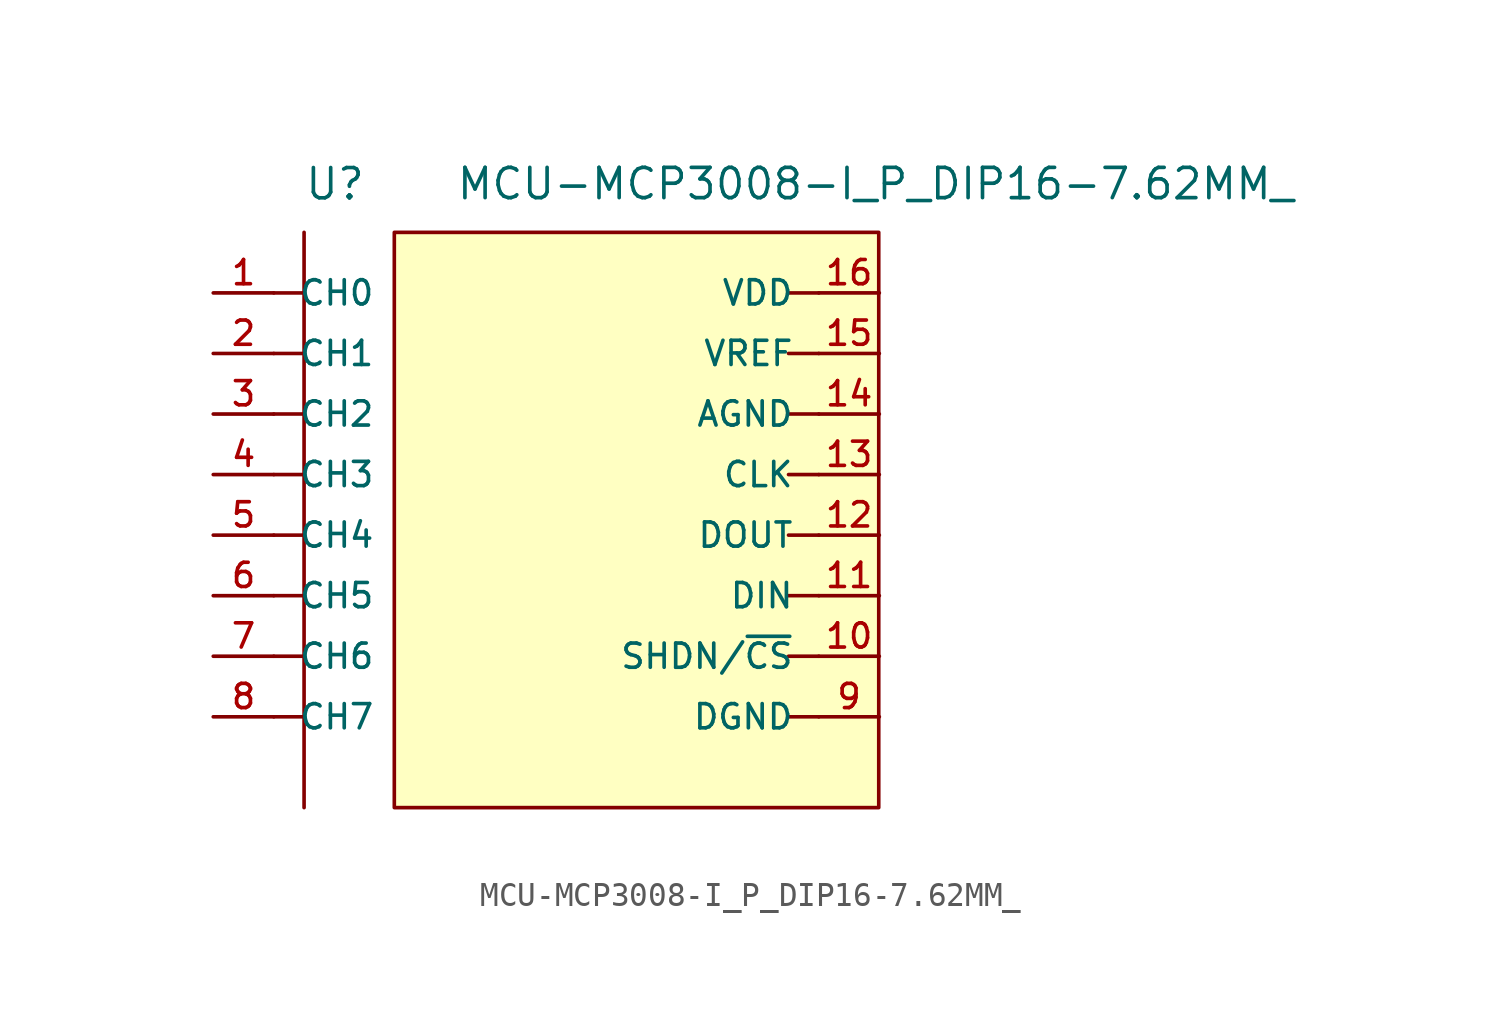
<source format=kicad_sym>
(kicad_symbol_lib
  (version 20211014)
  (generator kicad_symbol_editor)
  (symbol "MCU-MCP3008-I_P_DIP16-7.62MM_"
    (pin_names
      (offset 1.016))
    (property "Reference" "U"
      (at -10.172 13.986 0)
      (effects (font (size 1.27 1.27)) (justify bottom left)))
    (property "Value" "MCU-MCP3008-I_P_DIP16-7.62MM_"
      (at -3.816 13.993 0)
      (effects (font (size 1.27 1.27)) (justify bottom left)))
    (symbol "MCU-MCP3008-I_P_DIP16-7.62MM__0_0"
      (polyline (pts (xy -10.16 -11.43) (xy -10.16 -2.54)) (stroke (width 0.152)))
      (polyline (pts (xy -10.16 -2.54) (xy -10.16 0.0)) (stroke (width 0.152)))
      (polyline (pts (xy -10.16 0.0) (xy -10.16 2.54)) (stroke (width 0.152)))
      (polyline (pts (xy -10.16 2.54) (xy -10.16 5.08)) (stroke (width 0.152)))
      (polyline (pts (xy -10.16 5.08) (xy -10.16 7.62)) (stroke (width 0.152)))
      (polyline (pts (xy -10.16 7.62) (xy -10.16 10.16)) (stroke (width 0.152)))
      (polyline (pts (xy -10.16 10.16) (xy -10.16 12.7)) (stroke (width 0.152)))
      (polyline (pts (xy -11.43 10.16) (xy -10.16 10.16)) (stroke (width 0.152)))
      (polyline (pts (xy -11.43 7.62) (xy -10.16 7.62)) (stroke (width 0.152)))
      (polyline (pts (xy -11.43 5.08) (xy -10.16 5.08)) (stroke (width 0.152)))
      (polyline (pts (xy -11.43 2.54) (xy -10.16 2.54)) (stroke (width 0.152)))
      (polyline (pts (xy -11.43 0.0) (xy -10.16 0.0)) (stroke (width 0.152)))
      (polyline (pts (xy -11.43 -2.54) (xy -10.16 -2.54)) (stroke (width 0.152)))
      (polyline (pts (xy -11.43 -5.08) (xy -10.16 -5.08)) (stroke (width 0.152)))
      (polyline (pts (xy -11.43 -7.62) (xy -10.16 -7.62)) (stroke (width 0.152)))
      (polyline (pts (xy 10.16 -5.08) (xy 11.43 -5.08)) (stroke (width 0.152)))
      (polyline (pts (xy 10.16 -7.62) (xy 11.43 -7.62)) (stroke (width 0.152)))
      (polyline (pts (xy 10.16 2.54) (xy 11.43 2.54)) (stroke (width 0.152)))
      (polyline (pts (xy 10.16 0.0) (xy 11.43 0.0)) (stroke (width 0.152)))
      (polyline (pts (xy 10.16 -2.54) (xy 11.43 -2.54)) (stroke (width 0.152)))
      (polyline (pts (xy 10.16 10.16) (xy 11.43 10.16)) (stroke (width 0.152)))
      (polyline (pts (xy 10.16 7.62) (xy 11.43 7.62)) (stroke (width 0.152)))
      (polyline (pts (xy 10.16 5.08) (xy 11.43 5.08)) (stroke (width 0.152)))
      (rectangle (start -6.375 -11.43) (end 13.945 12.7) (stroke (width 0.152)) (fill (type background)))
      (pin output line (at -13.97 10.16 0) (length 2.54) (name "CH0" (effects (font (size 1.016 1.016)))) (number "1" (effects (font (size 1.016 1.016)))))
      (pin input line (at -13.97 7.62 0) (length 2.54) (name "CH1" (effects (font (size 1.016 1.016)))) (number "2" (effects (font (size 1.016 1.016)))))
      (pin output line (at -13.97 5.08 0) (length 2.54) (name "CH2" (effects (font (size 1.016 1.016)))) (number "3" (effects (font (size 1.016 1.016)))))
      (pin input line (at -13.97 2.54 0) (length 2.54) (name "CH3" (effects (font (size 1.016 1.016)))) (number "4" (effects (font (size 1.016 1.016)))))
      (pin input line (at -13.97 0.0 0) (length 2.54) (name "CH4" (effects (font (size 1.016 1.016)))) (number "5" (effects (font (size 1.016 1.016)))))
      (pin input line (at -13.97 -2.54 0) (length 2.54) (name "CH5" (effects (font (size 1.016 1.016)))) (number "6" (effects (font (size 1.016 1.016)))))
      (pin output line (at -13.97 -5.08 0) (length 2.54) (name "CH6" (effects (font (size 1.016 1.016)))) (number "7" (effects (font (size 1.016 1.016)))))
      (pin input line (at -13.97 -7.62 0) (length 2.54) (name "CH7" (effects (font (size 1.016 1.016)))) (number "8" (effects (font (size 1.016 1.016)))))
      (pin output line (at 13.97 -7.62 180.0) (length 2.54) (name "DGND" (effects (font (size 1.016 1.016)))) (number "9" (effects (font (size 1.016 1.016)))))
      (pin output line (at 13.97 -5.08 180.0) (length 2.54) (name "SHDN/~{CS}" (effects (font (size 1.016 1.016)))) (number "10" (effects (font (size 1.016 1.016)))))
      (pin input line (at 13.97 -2.54 180.0) (length 2.54) (name "DIN" (effects (font (size 1.016 1.016)))) (number "11" (effects (font (size 1.016 1.016)))))
      (pin input line (at 13.97 0.0 180.0) (length 2.54) (name "DOUT" (effects (font (size 1.016 1.016)))) (number "12" (effects (font (size 1.016 1.016)))))
      (pin output line (at 13.97 2.54 180.0) (length 2.54) (name "CLK" (effects (font (size 1.016 1.016)))) (number "13" (effects (font (size 1.016 1.016)))))
      (pin input line (at 13.97 5.08 180.0) (length 2.54) (name "AGND" (effects (font (size 1.016 1.016)))) (number "14" (effects (font (size 1.016 1.016)))))
      (pin input line (at 13.97 7.62 180.0) (length 2.54) (name "VREF" (effects (font (size 1.016 1.016)))) (number "15" (effects (font (size 1.016 1.016)))))
      (pin power_in line (at 13.97 10.16 180.0) (length 2.54) (name "VDD" (effects (font (size 1.016 1.016)))) (number "16" (effects (font (size 1.016 1.016))))))))
</source>
